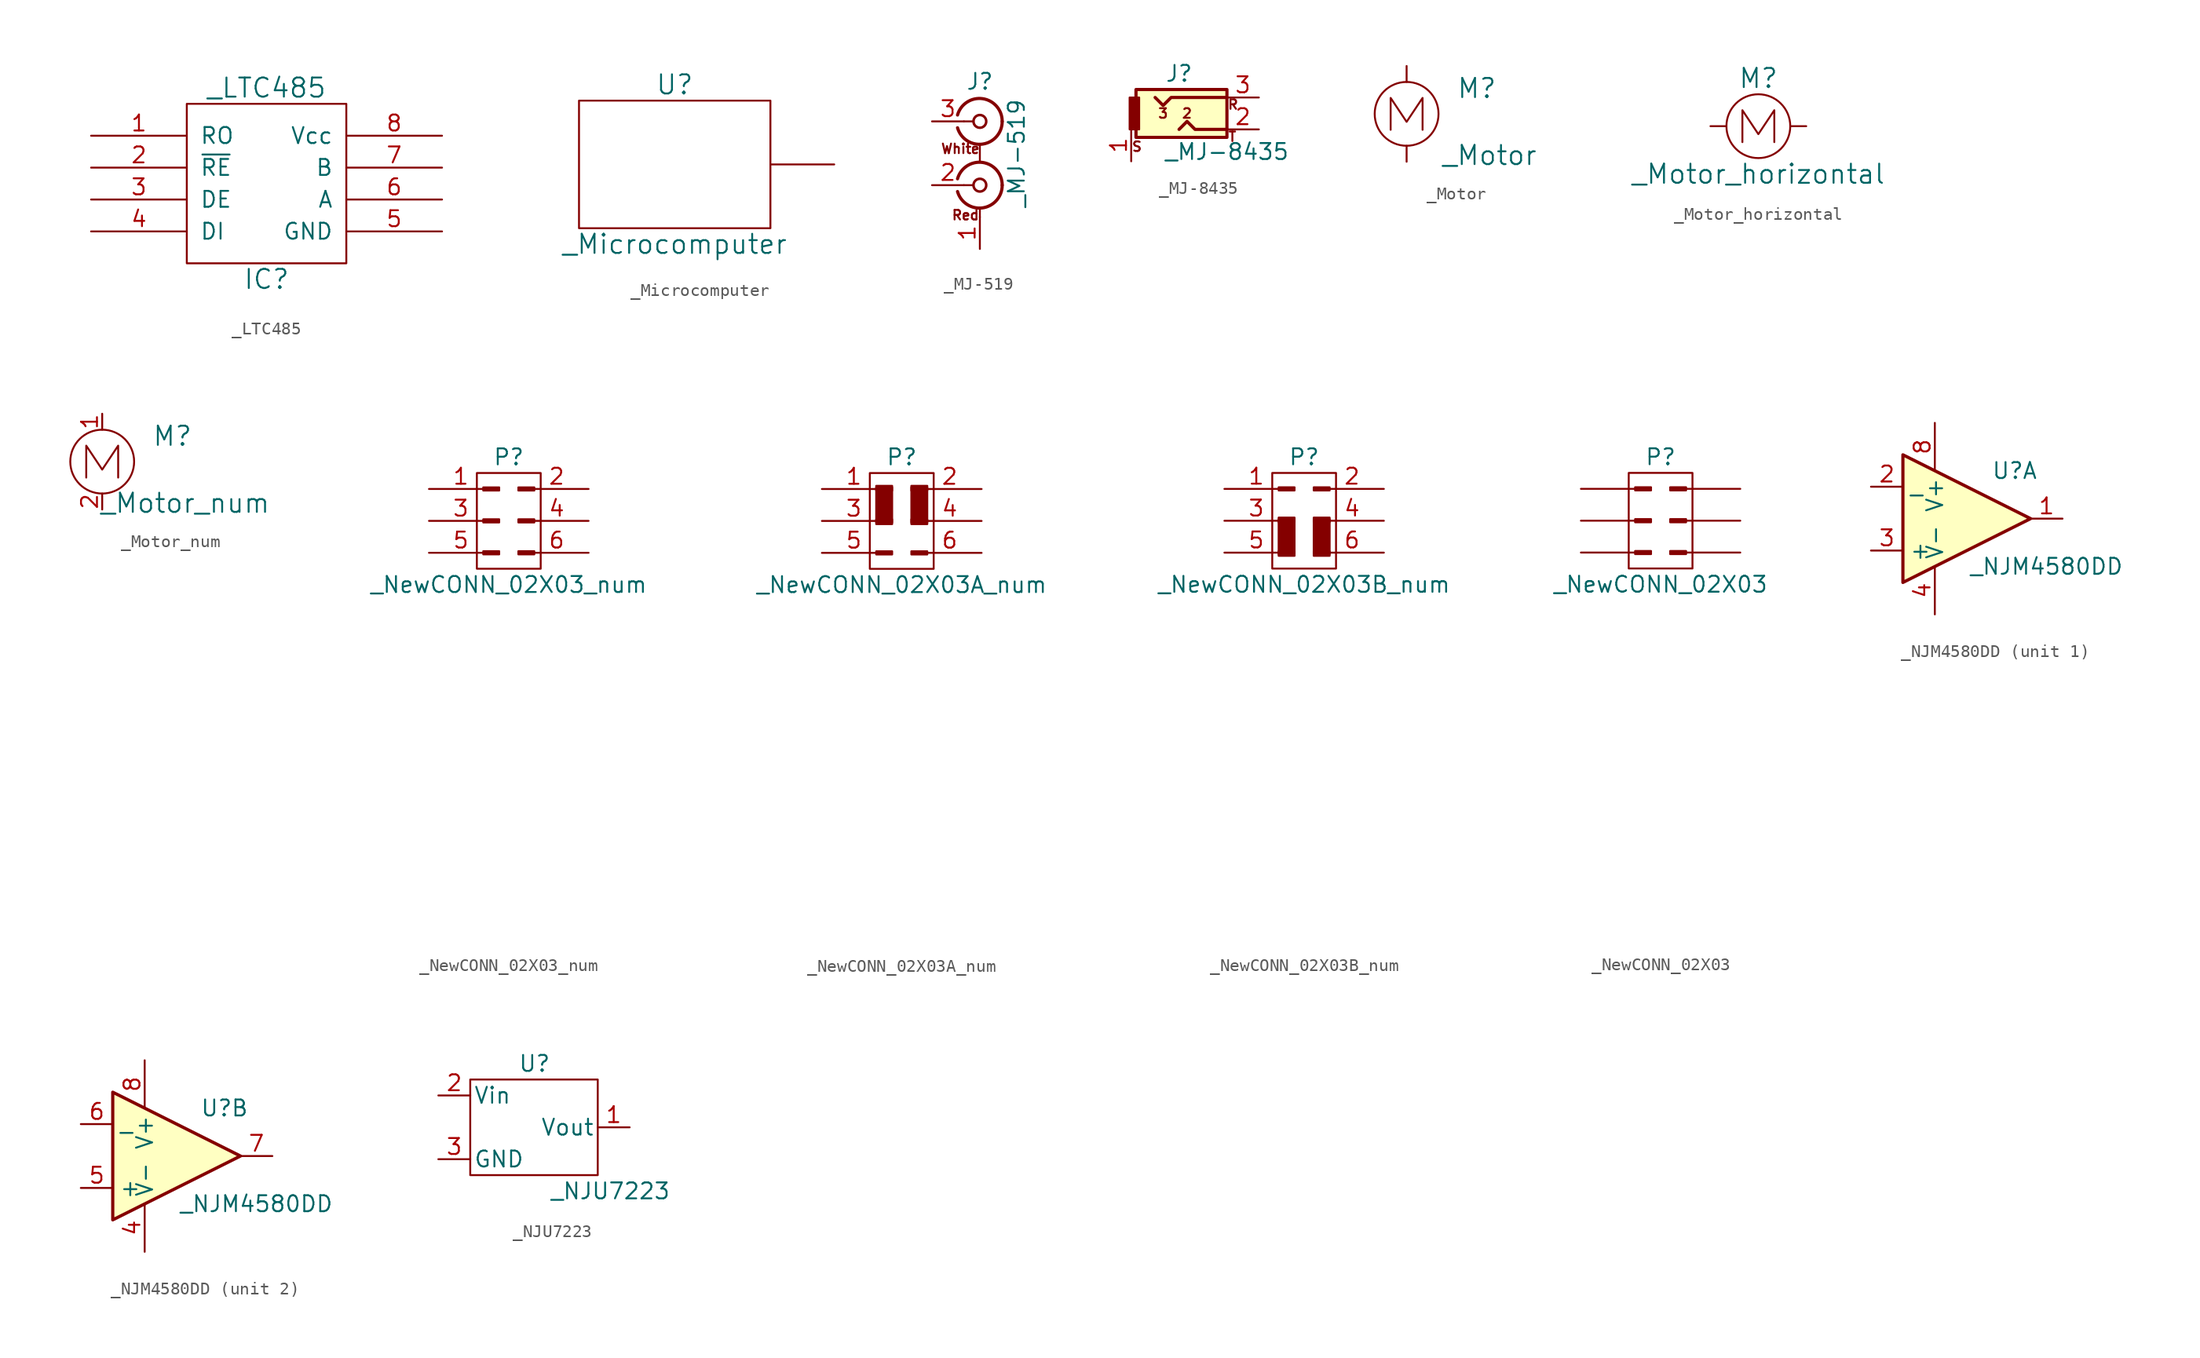
<source format=kicad_sym>
(kicad_symbol_lib
  (version 20220914)
  (generator kicad_symbol_editor)
  (symbol "_LTC485"
    (pin_names
      (offset 1.016))
    (property "Reference" "IC"
      (at 0 -7.62 0)
      (effects (font (size 1.524 1.524))))
    (property "Value" "_LTC485"
      (at 0 7.62 0)
      (effects (font (size 1.524 1.524))))
    (property "Footprint" ""
      (at 0 0 0)
      (effects (font (size 1.524 1.524))))
    (property "Datasheet" ""
      (at 0 0 0)
      (effects (font (size 1.524 1.524))))
    (symbol "_LTC485_0_1"
      (rectangle (start -6.35 6.35) (end 6.35 -6.35) (stroke (width 0) (type solid)) (fill (type none))))
    (symbol "_LTC485_1_1"
      (pin output line (at -13.97 3.81 0) (length 7.62) (name "RO" (effects (font (size 1.27 1.27)))) (number "1" (effects (font (size 1.27 1.27)))))
      (pin input line (at -13.97 1.27 0) (length 7.62) (name "~{RE}" (effects (font (size 1.27 1.27)))) (number "2" (effects (font (size 1.27 1.27)))))
      (pin input line (at -13.97 -1.27 0) (length 7.62) (name "DE" (effects (font (size 1.27 1.27)))) (number "3" (effects (font (size 1.27 1.27)))))
      (pin input line (at -13.97 -3.81 0) (length 7.62) (name "DI" (effects (font (size 1.27 1.27)))) (number "4" (effects (font (size 1.27 1.27)))))
      (pin power_in line (at 13.97 -3.81 180) (length 7.62) (name "GND" (effects (font (size 1.27 1.27)))) (number "5" (effects (font (size 1.27 1.27)))))
      (pin bidirectional line (at 13.97 -1.27 180) (length 7.62) (name "A" (effects (font (size 1.27 1.27)))) (number "6" (effects (font (size 1.27 1.27)))))
      (pin bidirectional line (at 13.97 1.27 180) (length 7.62) (name "B" (effects (font (size 1.27 1.27)))) (number "7" (effects (font (size 1.27 1.27)))))
      (pin power_in line (at 13.97 3.81 180) (length 7.62) (name "Vcc" (effects (font (size 1.27 1.27)))) (number "8" (effects (font (size 1.27 1.27)))))))
  (symbol "_Microcomputer"
    (pin_names
      (offset 1.016))
    (property "Reference" "U"
      (at 0 6.35 0)
      (effects (font (size 1.524 1.524))))
    (property "Value" "_Microcomputer"
      (at 0 -6.35 0)
      (effects (font (size 1.524 1.524))))
    (symbol "_Microcomputer_0_1"
      (rectangle (start -7.62 5.08) (end 7.62 -5.08) (stroke (width 0) (type solid)) (fill (type none))))
    (symbol "_Microcomputer_1_1"
      (pin input line (at 12.7 0 180) (length 5.08) (name "~" (effects (font (size 1.27 1.27)))) (number "~" (effects (font (size 1.27 1.27)))))))
  (symbol "_MJ-519"
    (pin_names
      (offset 1.016) hide)
    (property "Reference" "J"
      (at 0 5.715 0)
      (effects (font (size 1.27 1.27))))
    (property "Value" "_MJ-519"
      (at 2.921 0 90)
      (effects (font (size 1.27 1.27))))
    (symbol "_MJ-519_0_0"
      (text "Red" (at -1.143 -4.928 0) (effects (font (size 0.762 0.762))))
      (text "White" (at -1.549 0.356 0) (effects (font (size 0.762 0.762)))))
    (symbol "_MJ-519_0_1"
      (arc (start -1.778 -3.048) (mid 0.2311 -4.3466) (end 1.778 -2.54) (stroke (width 0.254) (type solid)) (fill (type none)))
      (arc (start -1.778 2.032) (mid 0.2311 0.7334) (end 1.778 2.54) (stroke (width 0.254) (type solid)) (fill (type none)))
      (circle (center 0 -2.54) (radius 0.508) (stroke (width 0.203) (type solid)) (fill (type none)))
      (polyline (pts (xy -1.27 -2.54) (xy -0.508 -2.54)) (stroke (width 0) (type solid)) (fill (type none)))
      (polyline (pts (xy -1.27 2.54) (xy -0.508 2.54)) (stroke (width 0) (type solid)) (fill (type none)))
      (polyline (pts (xy 0 -5.08) (xy 0 -4.318)) (stroke (width 0) (type solid)) (fill (type none)))
      (polyline (pts (xy 0 0.762) (xy 0 -0.635)) (stroke (width 0) (type solid)) (fill (type none)))
      (circle (center 0 2.54) (radius 0.508) (stroke (width 0.203) (type solid)) (fill (type none)))
      (arc (start 1.778 -2.54) (mid 0.2099 -0.7299) (end -1.778 -2.032) (stroke (width 0.254) (type solid)) (fill (type none)))
      (arc (start 1.778 2.54) (mid 0.2099 4.3501) (end -1.778 3.048) (stroke (width 0.254) (type solid)) (fill (type none))))
    (symbol "_MJ-519_1_1"
      (pin passive line (at 0 -7.62 90) (length 2.54) (name "EXT" (effects (font (size 1.27 1.27)))) (number "1" (effects (font (size 1.27 1.27)))))
      (pin passive line (at -3.81 -2.54 0) (length 2.54) (name "IN2" (effects (font (size 1.27 1.27)))) (number "2" (effects (font (size 1.27 1.27)))))
      (pin passive line (at -3.81 2.54 0) (length 2.54) (name "IN1" (effects (font (size 1.27 1.27)))) (number "3" (effects (font (size 1.27 1.27)))))))
  (symbol "_MJ-8435"
    (pin_names
      (offset 1.016))
    (property "Reference" "J"
      (at -1.27 4.445 0)
      (effects (font (size 1.27 1.27))))
    (property "Value" "_MJ-8435"
      (at 2.54 -1.778 0)
      (effects (font (size 1.27 1.27))))
    (symbol "_MJ-8435_0_0"
      (text "2" (at -0.635 1.27 0) (effects (font (size 0.762 0.762))))
      (text "3" (at -2.54 1.27 0) (effects (font (size 0.762 0.762))))
      (text "R" (at 3.023 1.981 0) (effects (font (size 0.762 0.762))))
      (text "S" (at -4.623 -1.372 0) (effects (font (size 0.762 0.762))))
      (text "T" (at 2.972 -0.584 0) (effects (font (size 0.762 0.762)))))
    (symbol "_MJ-8435_0_1"
      (rectangle (start -4.699 3.175) (end 2.54 -0.635) (stroke (width 0.254) (type solid)) (fill (type background)))
      (rectangle (start -4.445 0) (end -5.207 2.54) (stroke (width 0) (type solid)) (fill (type outline)))
      (polyline (pts (xy -1.27 0) (xy -0.635 0.635) (xy 0 0) (xy 2.54 0)) (stroke (width 0.254) (type solid)) (fill (type none)))
      (polyline (pts (xy 2.54 2.54) (xy -1.905 2.54) (xy -2.54 1.905) (xy -3.175 2.54)) (stroke (width 0.254) (type solid)) (fill (type none))))
    (symbol "_MJ-8435_1_1"
      (pin passive line (at -5.08 -2.54 90) (length 2.54) (name "~" (effects (font (size 1.27 1.27)))) (number "1" (effects (font (size 1.27 1.27)))))
      (pin passive line (at 5.08 0 180) (length 2.54) (name "~" (effects (font (size 1.27 1.27)))) (number "2" (effects (font (size 1.27 1.27)))))
      (pin passive line (at 5.08 2.54 180) (length 2.54) (name "~" (effects (font (size 1.27 1.27)))) (number "3" (effects (font (size 1.27 1.27)))))))
  (symbol "_Motor"
    (pin_numbers hide)
    (pin_names
      (offset 1.016) hide)
    (property "Reference" "M"
      (at 5.588 2.032 0)
      (effects (font (size 1.524 1.524))))
    (property "Value" "_Motor"
      (at 6.604 -3.302 0)
      (effects (font (size 1.524 1.524))))
    (property "Footprint" ""
      (at 0 0 0)
      (effects (font (size 1.524 1.524))))
    (property "Datasheet" ""
      (at 0 0 0)
      (effects (font (size 1.524 1.524))))
    (symbol "_Motor_0_1"
      (polyline (pts (xy -1.27 -1.27) (xy -1.27 1.27) (xy 0 -0.635) (xy 1.27 1.27) (xy 1.27 -1.27)) (stroke (width 0) (type solid)) (fill (type none)))
      (circle (center 0 0) (radius 2.54) (stroke (width 0) (type solid)) (fill (type none))))
    (symbol "_Motor_1_1"
      (pin input line (at 0 3.81 270) (length 1.27) (name "~" (effects (font (size 1.27 1.27)))) (number "1" (effects (font (size 1.27 1.27)))))
      (pin input line (at 0 -3.81 90) (length 1.27) (name "~" (effects (font (size 1.27 1.27)))) (number "2" (effects (font (size 1.27 1.27)))))))
  (symbol "_Motor_horizontal"
    (pin_numbers hide)
    (pin_names
      (offset 1.016) hide)
    (property "Reference" "M"
      (at 0 3.81 0)
      (effects (font (size 1.524 1.524))))
    (property "Value" "_Motor_horizontal"
      (at 0 -3.81 0)
      (effects (font (size 1.524 1.524))))
    (property "Footprint" ""
      (at 0 0 0)
      (effects (font (size 1.524 1.524))))
    (property "Datasheet" ""
      (at 0 0 0)
      (effects (font (size 1.524 1.524))))
    (symbol "_Motor_horizontal_0_1"
      (polyline (pts (xy -1.27 -1.27) (xy -1.27 1.27) (xy 0 -0.635) (xy 1.27 1.27) (xy 1.27 -1.27)) (stroke (width 0) (type solid)) (fill (type none)))
      (circle (center 0 0) (radius 2.54) (stroke (width 0) (type solid)) (fill (type none))))
    (symbol "_Motor_horizontal_1_1"
      (pin input line (at -3.81 0 0) (length 1.27) (name "~" (effects (font (size 1.27 1.27)))) (number "1" (effects (font (size 1.27 1.27)))))
      (pin input line (at 3.81 0 180) (length 1.27) (name "~" (effects (font (size 1.27 1.27)))) (number "2" (effects (font (size 1.27 1.27)))))))
  (symbol "_Motor_num"
    (pin_names
      (offset 1.016) hide)
    (property "Reference" "M"
      (at 5.588 2.032 0)
      (effects (font (size 1.524 1.524))))
    (property "Value" "_Motor_num"
      (at 6.604 -3.302 0)
      (effects (font (size 1.524 1.524))))
    (property "Footprint" ""
      (at 0 0 0)
      (effects (font (size 1.524 1.524))))
    (property "Datasheet" ""
      (at 0 0 0)
      (effects (font (size 1.524 1.524))))
    (symbol "_Motor_num_0_1"
      (polyline (pts (xy -1.27 -1.27) (xy -1.27 1.27) (xy 0 -0.635) (xy 1.27 1.27) (xy 1.27 -1.27)) (stroke (width 0) (type solid)) (fill (type none)))
      (circle (center 0 0) (radius 2.54) (stroke (width 0) (type solid)) (fill (type none))))
    (symbol "_Motor_num_1_1"
      (pin input line (at 0 3.81 270) (length 1.27) (name "~" (effects (font (size 1.27 1.27)))) (number "1" (effects (font (size 1.27 1.27)))))
      (pin input line (at 0 -3.81 90) (length 1.27) (name "~" (effects (font (size 1.27 1.27)))) (number "2" (effects (font (size 1.27 1.27)))))))
  (symbol "_NewCONN_02X03_num"
    (pin_names
      (offset 0.025) hide)
    (property "Reference" "P"
      (at 0 5.08 0)
      (effects (font (size 1.27 1.27))))
    (property "Value" "_NewCONN_02X03_num"
      (at 0 -5.08 0)
      (effects (font (size 1.27 1.27))))
    (property "Footprint" ""
      (at 0 -30.48 0)
      (effects (font (size 1.27 1.27))))
    (property "Datasheet" ""
      (at 0 -30.48 0)
      (effects (font (size 1.27 1.27))))
    (symbol "_NewCONN_02X03_num_0_1"
      (rectangle (start -2.54 3.81) (end 2.54 -3.81) (stroke (width 0) (type solid)) (fill (type none)))
      (rectangle (start -2.032 -2.413) (end -0.762 -2.667) (stroke (width 0) (type solid)) (fill (type outline)))
      (rectangle (start -2.032 0.127) (end -0.762 -0.127) (stroke (width 0) (type solid)) (fill (type outline)))
      (rectangle (start -2.032 2.667) (end -0.762 2.413) (stroke (width 0) (type solid)) (fill (type outline)))
      (rectangle (start 0.762 -2.413) (end 2.032 -2.667) (stroke (width 0) (type solid)) (fill (type outline)))
      (rectangle (start 0.762 0.127) (end 2.032 -0.127) (stroke (width 0) (type solid)) (fill (type outline)))
      (rectangle (start 0.762 2.667) (end 2.032 2.413) (stroke (width 0) (type solid)) (fill (type outline))))
    (symbol "_NewCONN_02X03_num_1_1"
      (pin passive line (at -6.35 2.54 0) (length 5.08) (name "P1" (effects (font (size 1.27 1.27)))) (number "1" (effects (font (size 1.27 1.27)))))
      (pin passive line (at 6.35 2.54 180) (length 5.08) (name "P2" (effects (font (size 1.27 1.27)))) (number "2" (effects (font (size 1.27 1.27)))))
      (pin passive line (at -6.35 0 0) (length 5.08) (name "P3" (effects (font (size 1.27 1.27)))) (number "3" (effects (font (size 1.27 1.27)))))
      (pin passive line (at 6.35 0 180) (length 5.08) (name "P4" (effects (font (size 1.27 1.27)))) (number "4" (effects (font (size 1.27 1.27)))))
      (pin passive line (at -6.35 -2.54 0) (length 5.08) (name "P5" (effects (font (size 1.27 1.27)))) (number "5" (effects (font (size 1.27 1.27)))))
      (pin passive line (at 6.35 -2.54 180) (length 5.08) (name "P6" (effects (font (size 1.27 1.27)))) (number "6" (effects (font (size 1.27 1.27)))))))
  (symbol "_NewCONN_02X03A_num"
    (pin_names
      (offset 0.025) hide)
    (property "Reference" "P"
      (at 0 5.08 0)
      (effects (font (size 1.27 1.27))))
    (property "Value" "_NewCONN_02X03A_num"
      (at 0 -5.08 0)
      (effects (font (size 1.27 1.27))))
    (property "Footprint" ""
      (at 0 -30.48 0)
      (effects (font (size 1.27 1.27))))
    (property "Datasheet" ""
      (at 0 -30.48 0)
      (effects (font (size 1.27 1.27))))
    (symbol "_NewCONN_02X03A_num_0_1"
      (rectangle (start -2.54 3.81) (end 2.54 -3.81) (stroke (width 0) (type solid)) (fill (type none)))
      (rectangle (start -2.032 -2.413) (end -0.762 -2.667) (stroke (width 0) (type solid)) (fill (type outline)))
      (rectangle (start -2.032 0.127) (end -0.762 -0.127) (stroke (width 0) (type solid)) (fill (type outline)))
      (rectangle (start -2.032 2.667) (end -0.762 2.413) (stroke (width 0) (type solid)) (fill (type outline)))
      (rectangle (start -2.032 2.794) (end -0.762 -0.254) (stroke (width 0) (type solid)) (fill (type outline)))
      (rectangle (start 0.762 -2.413) (end 2.032 -2.667) (stroke (width 0) (type solid)) (fill (type outline)))
      (rectangle (start 0.762 0.127) (end 2.032 -0.127) (stroke (width 0) (type solid)) (fill (type outline)))
      (rectangle (start 0.762 2.667) (end 2.032 2.413) (stroke (width 0) (type solid)) (fill (type outline)))
      (rectangle (start 0.762 2.794) (end 2.032 -0.254) (stroke (width 0) (type solid)) (fill (type outline))))
    (symbol "_NewCONN_02X03A_num_1_1"
      (pin passive line (at -6.35 2.54 0) (length 5.08) (name "P1" (effects (font (size 1.27 1.27)))) (number "1" (effects (font (size 1.27 1.27)))))
      (pin passive line (at 6.35 2.54 180) (length 5.08) (name "P2" (effects (font (size 1.27 1.27)))) (number "2" (effects (font (size 1.27 1.27)))))
      (pin passive line (at -6.35 0 0) (length 5.08) (name "P3" (effects (font (size 1.27 1.27)))) (number "3" (effects (font (size 1.27 1.27)))))
      (pin passive line (at 6.35 0 180) (length 5.08) (name "P4" (effects (font (size 1.27 1.27)))) (number "4" (effects (font (size 1.27 1.27)))))
      (pin passive line (at -6.35 -2.54 0) (length 5.08) (name "P5" (effects (font (size 1.27 1.27)))) (number "5" (effects (font (size 1.27 1.27)))))
      (pin passive line (at 6.35 -2.54 180) (length 5.08) (name "P6" (effects (font (size 1.27 1.27)))) (number "6" (effects (font (size 1.27 1.27)))))))
  (symbol "_NewCONN_02X03B_num"
    (pin_names
      (offset 0.025) hide)
    (property "Reference" "P"
      (at 0 5.08 0)
      (effects (font (size 1.27 1.27))))
    (property "Value" "_NewCONN_02X03B_num"
      (at 0 -5.08 0)
      (effects (font (size 1.27 1.27))))
    (property "Footprint" ""
      (at 0 -30.48 0)
      (effects (font (size 1.27 1.27))))
    (property "Datasheet" ""
      (at 0 -30.48 0)
      (effects (font (size 1.27 1.27))))
    (symbol "_NewCONN_02X03B_num_0_1"
      (rectangle (start -2.54 3.81) (end 2.54 -3.81) (stroke (width 0) (type solid)) (fill (type none)))
      (rectangle (start -2.032 -2.413) (end -0.762 -2.667) (stroke (width 0) (type solid)) (fill (type outline)))
      (rectangle (start -2.032 0.127) (end -0.762 -0.127) (stroke (width 0) (type solid)) (fill (type outline)))
      (rectangle (start -2.032 0.254) (end -0.762 -2.794) (stroke (width 0) (type solid)) (fill (type outline)))
      (rectangle (start -2.032 2.667) (end -0.762 2.413) (stroke (width 0) (type solid)) (fill (type outline)))
      (rectangle (start 0.762 -2.413) (end 2.032 -2.667) (stroke (width 0) (type solid)) (fill (type outline)))
      (rectangle (start 0.762 0.127) (end 2.032 -0.127) (stroke (width 0) (type solid)) (fill (type outline)))
      (rectangle (start 0.762 0.254) (end 2.032 -2.794) (stroke (width 0) (type solid)) (fill (type outline)))
      (rectangle (start 0.762 2.667) (end 2.032 2.413) (stroke (width 0) (type solid)) (fill (type outline))))
    (symbol "_NewCONN_02X03B_num_1_1"
      (pin passive line (at -6.35 2.54 0) (length 5.08) (name "P1" (effects (font (size 1.27 1.27)))) (number "1" (effects (font (size 1.27 1.27)))))
      (pin passive line (at 6.35 2.54 180) (length 5.08) (name "P2" (effects (font (size 1.27 1.27)))) (number "2" (effects (font (size 1.27 1.27)))))
      (pin passive line (at -6.35 0 0) (length 5.08) (name "P3" (effects (font (size 1.27 1.27)))) (number "3" (effects (font (size 1.27 1.27)))))
      (pin passive line (at 6.35 0 180) (length 5.08) (name "P4" (effects (font (size 1.27 1.27)))) (number "4" (effects (font (size 1.27 1.27)))))
      (pin passive line (at -6.35 -2.54 0) (length 5.08) (name "P5" (effects (font (size 1.27 1.27)))) (number "5" (effects (font (size 1.27 1.27)))))
      (pin passive line (at 6.35 -2.54 180) (length 5.08) (name "P6" (effects (font (size 1.27 1.27)))) (number "6" (effects (font (size 1.27 1.27)))))))
  (symbol "_NewCONN_02X03"
    (pin_numbers hide)
    (pin_names
      (offset 0.025) hide)
    (property "Reference" "P"
      (at 0 5.08 0)
      (effects (font (size 1.27 1.27))))
    (property "Value" "_NewCONN_02X03"
      (at 0 -5.08 0)
      (effects (font (size 1.27 1.27))))
    (property "Footprint" ""
      (at 0 -30.48 0)
      (effects (font (size 1.27 1.27))))
    (property "Datasheet" ""
      (at 0 -30.48 0)
      (effects (font (size 1.27 1.27))))
    (symbol "_NewCONN_02X03_0_1"
      (rectangle (start -2.54 3.81) (end 2.54 -3.81) (stroke (width 0) (type solid)) (fill (type none)))
      (rectangle (start -2.032 -2.413) (end -0.762 -2.667) (stroke (width 0) (type solid)) (fill (type outline)))
      (rectangle (start -2.032 0.127) (end -0.762 -0.127) (stroke (width 0) (type solid)) (fill (type outline)))
      (rectangle (start -2.032 2.667) (end -0.762 2.413) (stroke (width 0) (type solid)) (fill (type outline)))
      (rectangle (start 0.762 -2.413) (end 2.032 -2.667) (stroke (width 0) (type solid)) (fill (type outline)))
      (rectangle (start 0.762 0.127) (end 2.032 -0.127) (stroke (width 0) (type solid)) (fill (type outline)))
      (rectangle (start 0.762 2.667) (end 2.032 2.413) (stroke (width 0) (type solid)) (fill (type outline))))
    (symbol "_NewCONN_02X03_1_1"
      (pin passive line (at -6.35 2.54 0) (length 5.08) (name "P1" (effects (font (size 1.27 1.27)))) (number "1" (effects (font (size 1.27 1.27)))))
      (pin passive line (at 6.35 2.54 180) (length 5.08) (name "P2" (effects (font (size 1.27 1.27)))) (number "2" (effects (font (size 1.27 1.27)))))
      (pin passive line (at -6.35 0 0) (length 5.08) (name "P3" (effects (font (size 1.27 1.27)))) (number "3" (effects (font (size 1.27 1.27)))))
      (pin passive line (at 6.35 0 180) (length 5.08) (name "P4" (effects (font (size 1.27 1.27)))) (number "4" (effects (font (size 1.27 1.27)))))
      (pin passive line (at -6.35 -2.54 0) (length 5.08) (name "P5" (effects (font (size 1.27 1.27)))) (number "5" (effects (font (size 1.27 1.27)))))
      (pin passive line (at 6.35 -2.54 180) (length 5.08) (name "P6" (effects (font (size 1.27 1.27)))) (number "6" (effects (font (size 1.27 1.27)))))))
  (symbol "_NJM4580DD"
    (property "Reference" "U"
      (at 3.81 3.81 0)
      (effects (font (size 1.27 1.27))))
    (property "Value" "_NJM4580DD"
      (at 6.35 -3.81 0)
      (effects (font (size 1.27 1.27))))
    (property "Footprint" ""
      (at 0 0 0)
      (effects (font (size 1.27 1.27))))
    (property "Datasheet" ""
      (at 0 0 0)
      (effects (font (size 1.27 1.27))))
    (symbol "_NJM4580DD_0_1"
      (polyline (pts (xy -5.08 5.08) (xy 5.08 0) (xy -5.08 -5.08) (xy -5.08 5.08)) (stroke (width 0.254) (type solid)) (fill (type background))))
    (symbol "_NJM4580DD_1_1"
      (pin open_collector line (at 7.62 0 180) (length 2.54) (name "~" (effects (font (size 1.27 1.27)))) (number "1" (effects (font (size 1.27 1.27)))))
      (pin input line (at -7.62 2.54 0) (length 2.54) (name "_" (effects (font (size 1.27 1.27)))) (number "2" (effects (font (size 1.27 1.27)))))
      (pin input line (at -7.62 -2.54 0) (length 2.54) (name "+" (effects (font (size 1.27 1.27)))) (number "3" (effects (font (size 1.27 1.27)))))
      (pin power_in line (at -2.54 -7.62 90) (length 3.81) (name "V-" (effects (font (size 1.27 1.27)))) (number "4" (effects (font (size 1.27 1.27)))))
      (pin power_in line (at -2.54 7.62 270) (length 3.81) (name "V+" (effects (font (size 1.27 1.27)))) (number "8" (effects (font (size 1.27 1.27))))))
    (symbol "_NJM4580DD_2_1"
      (pin power_in line (at -2.54 -7.62 90) (length 3.81) (name "V-" (effects (font (size 1.27 1.27)))) (number "4" (effects (font (size 1.27 1.27)))))
      (pin input line (at -7.62 -2.54 0) (length 2.54) (name "+" (effects (font (size 1.27 1.27)))) (number "5" (effects (font (size 1.27 1.27)))))
      (pin input line (at -7.62 2.54 0) (length 2.54) (name "_" (effects (font (size 1.27 1.27)))) (number "6" (effects (font (size 1.27 1.27)))))
      (pin open_collector line (at 7.62 0 180) (length 2.54) (name "~" (effects (font (size 1.27 1.27)))) (number "7" (effects (font (size 1.27 1.27)))))
      (pin power_in line (at -2.54 7.62 270) (length 3.81) (name "V+" (effects (font (size 1.27 1.27)))) (number "8" (effects (font (size 1.27 1.27)))))))
  (symbol "_NJU7223"
    (pin_names
      (offset 0.254))
    (property "Reference" "U"
      (at -1.27 5.08 0)
      (effects (font (size 1.27 1.27)) (justify left)))
    (property "Value" "_NJU7223"
      (at 1.27 -5.08 0)
      (effects (font (size 1.27 1.27)) (justify left)))
    (property "Footprint" ""
      (at 0 0 0)
      (effects (font (size 1.27 1.27))))
    (property "Datasheet" ""
      (at 0 0 0)
      (effects (font (size 1.27 1.27))))
    (symbol "_NJU7223_0_1"
      (rectangle (start -5.08 3.81) (end 5.08 -3.81) (stroke (width 0) (type solid)) (fill (type none))))
    (symbol "_NJU7223_1_1"
      (pin output line (at 7.62 0 180) (length 2.54) (name "Vout" (effects (font (size 1.27 1.27)))) (number "1" (effects (font (size 1.27 1.27)))))
      (pin output line (at -7.62 2.54 0) (length 2.54) (name "Vin" (effects (font (size 1.27 1.27)))) (number "2" (effects (font (size 1.27 1.27)))))
      (pin output line (at -7.62 -2.54 0) (length 2.54) (name "GND" (effects (font (size 1.27 1.27)))) (number "3" (effects (font (size 1.27 1.27))))))))
</source>
